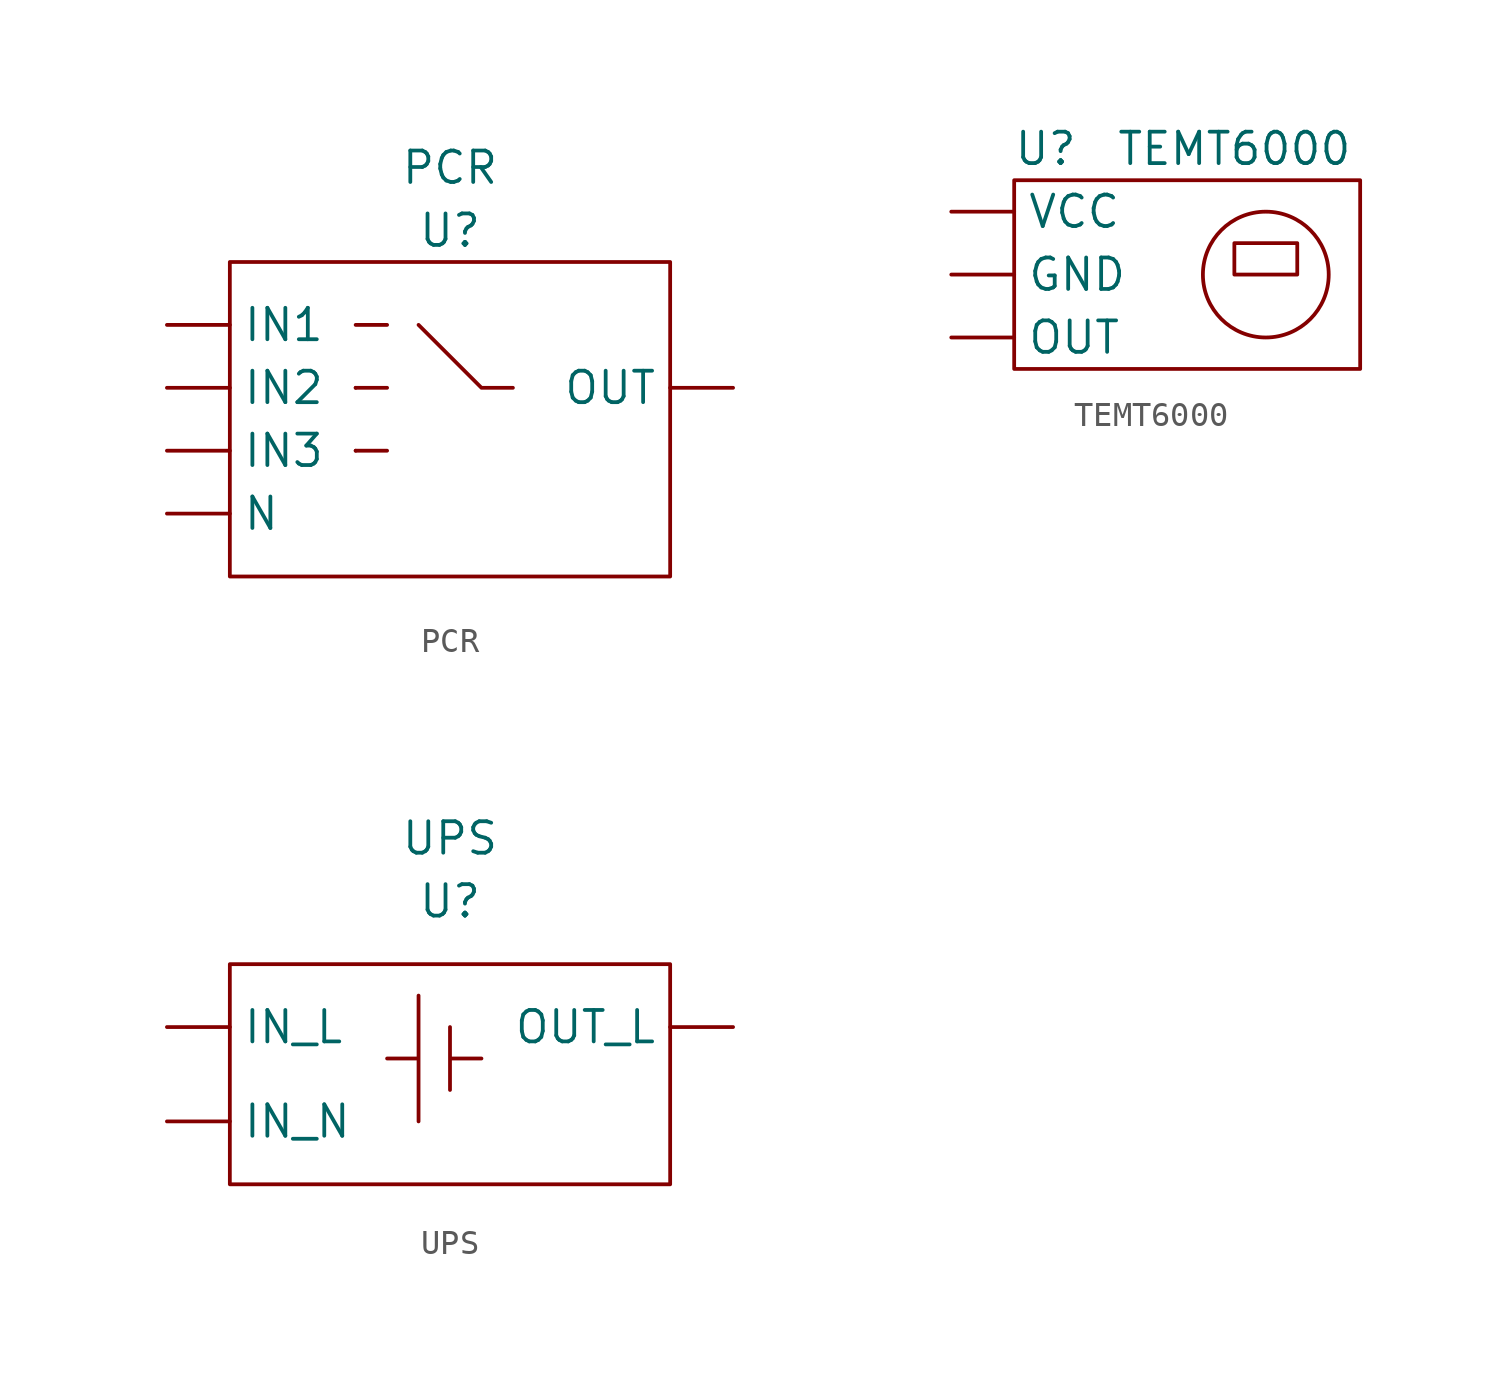
<source format=kicad_sym>
(kicad_symbol_lib
  (version 20211014)
  (generator kicad_symbol_editor)
  (symbol "PCR"
    (property "Reference" "U"
      (at 2.54 0 0)
      (effects (font (size 1.27 1.27))))
    (property "Value" "PCR"
      (at 2.54 2.54 0)
      (effects (font (size 1.27 1.27))))
    (symbol "PCR_0_1"
      (rectangle (start -6.35 -1.27) (end 11.43 -13.97) (stroke (width 0) (type default) (color 0 0 0 0)) (fill (type none)))
      (polyline (pts (xy -1.27 -8.89) (xy -1.27 -8.89)) (stroke (width 0) (type default) (color 0 0 0 0)) (fill (type none)))
      (polyline (pts (xy -1.27 -8.89) (xy 0 -8.89)) (stroke (width 0) (type default) (color 0 0 0 0)) (fill (type none)))
      (polyline (pts (xy -1.27 -6.35) (xy -1.27 -6.35)) (stroke (width 0) (type default) (color 0 0 0 0)) (fill (type none)))
      (polyline (pts (xy -1.27 -6.35) (xy 0 -6.35)) (stroke (width 0) (type default) (color 0 0 0 0)) (fill (type none)))
      (polyline (pts (xy -1.27 -3.81) (xy 0 -3.81)) (stroke (width 0) (type default) (color 0 0 0 0)) (fill (type none)))
      (polyline (pts (xy 1.27 -3.81) (xy 3.81 -6.35) (xy 5.08 -6.35)) (stroke (width 0) (type default) (color 0 0 0 0)) (fill (type none))))
    (symbol "PCR_1_1"
      (pin input line (at -8.89 -3.81 0) (length 2.54) (name "IN1" (effects (font (size 1.27 1.27)))) (number "" (effects (font (size 1.27 1.27)))))
      (pin input line (at -8.89 -6.35 0) (length 2.54) (name "IN2" (effects (font (size 1.27 1.27)))) (number "" (effects (font (size 1.27 1.27)))))
      (pin input line (at -8.89 -8.89 0) (length 2.54) (name "IN3" (effects (font (size 1.27 1.27)))) (number "" (effects (font (size 1.27 1.27)))))
      (pin input line (at -8.89 -11.43 0) (length 2.54) (name "N" (effects (font (size 1.27 1.27)))) (number "" (effects (font (size 1.27 1.27)))))
      (pin output line (at 13.97 -6.35 180) (length 2.54) (name "OUT" (effects (font (size 1.27 1.27)))) (number "" (effects (font (size 1.27 1.27)))))))
  (symbol "TEMT6000"
    (property "Reference" "U"
      (at 0 0 0)
      (effects (font (size 1.27 1.27))))
    (property "Value" "TEMT6000"
      (at 7.62 0 0)
      (effects (font (size 1.27 1.27))))
    (symbol "TEMT6000_0_1"
      (rectangle (start -1.27 -1.27) (end 12.7 -8.89) (stroke (width 0) (type default) (color 0 0 0 0)) (fill (type none)))
      (rectangle (start 7.62 -3.81) (end 10.16 -5.08) (stroke (width 0) (type default) (color 0 0 0 0)) (fill (type none)))
      (circle (center 8.89 -5.08) (radius 2.54) (stroke (width 0) (type default) (color 0 0 0 0)) (fill (type none))))
    (symbol "TEMT6000_1_1"
      (pin input line (at -3.81 -5.08 0) (length 2.54) (name "GND" (effects (font (size 1.27 1.27)))) (number "" (effects (font (size 1.27 1.27)))))
      (pin output line (at -3.81 -7.62 0) (length 2.54) (name "OUT" (effects (font (size 1.27 1.27)))) (number "" (effects (font (size 1.27 1.27)))))
      (pin input line (at -3.81 -2.54 0) (length 2.54) (name "VCC" (effects (font (size 1.27 1.27)))) (number "" (effects (font (size 1.27 1.27)))))))
  (symbol "UPS"
    (property "Reference" "U"
      (at 0 0 0)
      (effects (font (size 1.27 1.27))))
    (property "Value" "UPS"
      (at 0 2.54 0)
      (effects (font (size 1.27 1.27))))
    (symbol "UPS_0_1"
      (rectangle (start -8.89 -2.54) (end 8.89 -11.43) (stroke (width 0) (type default) (color 0 0 0 0)) (fill (type none)))
      (polyline (pts (xy -2.54 -6.35) (xy -1.27 -6.35) (xy -1.27 -3.81) (xy -1.27 -8.89)) (stroke (width 0) (type default) (color 0 0 0 0)) (fill (type none)))
      (polyline (pts (xy 0 -5.08) (xy 0 -7.62) (xy 0 -6.35) (xy 1.27 -6.35)) (stroke (width 0) (type default) (color 0 0 0 0)) (fill (type none))))
    (symbol "UPS_1_1"
      (pin input line (at -11.43 -5.08 0) (length 2.54) (name "IN_L" (effects (font (size 1.27 1.27)))) (number "" (effects (font (size 1.27 1.27)))))
      (pin input line (at -11.43 -8.89 0) (length 2.54) (name "IN_N" (effects (font (size 1.27 1.27)))) (number "" (effects (font (size 1.27 1.27)))))
      (pin output line (at 11.43 -5.08 180) (length 2.54) (name "OUT_L" (effects (font (size 1.27 1.27)))) (number "" (effects (font (size 1.27 1.27))))))))
</source>
